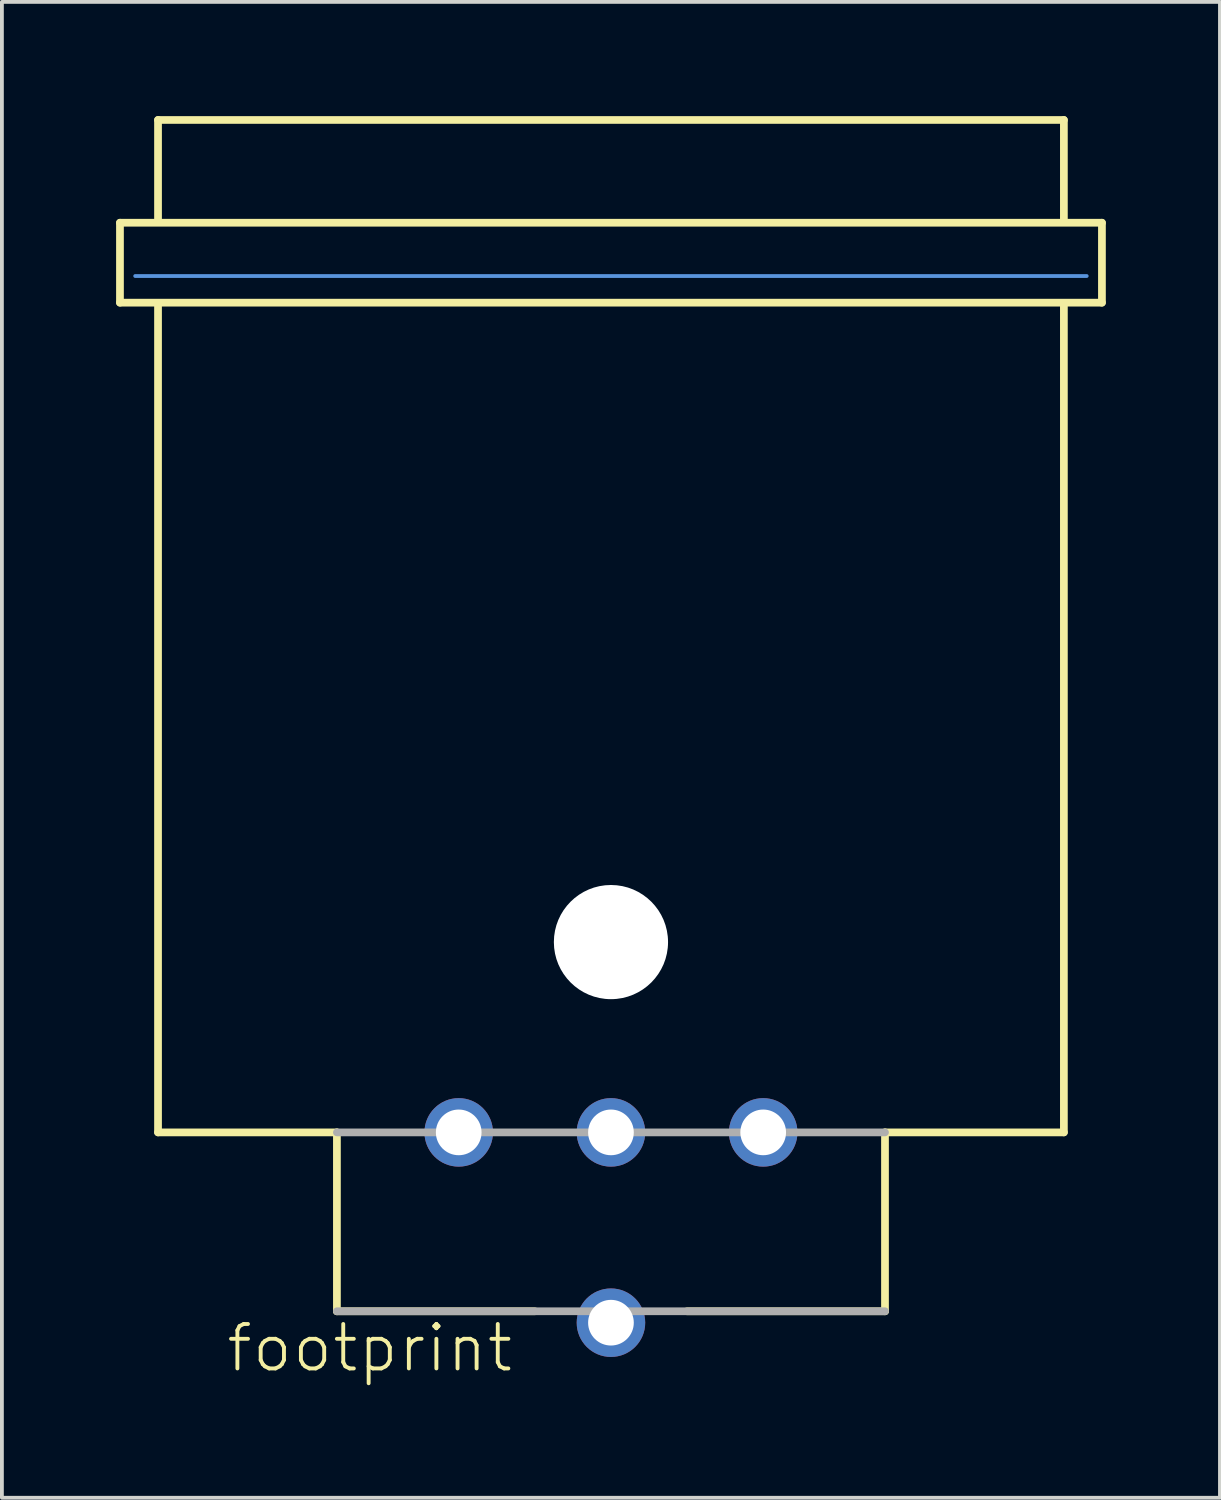
<source format=kicad_pcb>
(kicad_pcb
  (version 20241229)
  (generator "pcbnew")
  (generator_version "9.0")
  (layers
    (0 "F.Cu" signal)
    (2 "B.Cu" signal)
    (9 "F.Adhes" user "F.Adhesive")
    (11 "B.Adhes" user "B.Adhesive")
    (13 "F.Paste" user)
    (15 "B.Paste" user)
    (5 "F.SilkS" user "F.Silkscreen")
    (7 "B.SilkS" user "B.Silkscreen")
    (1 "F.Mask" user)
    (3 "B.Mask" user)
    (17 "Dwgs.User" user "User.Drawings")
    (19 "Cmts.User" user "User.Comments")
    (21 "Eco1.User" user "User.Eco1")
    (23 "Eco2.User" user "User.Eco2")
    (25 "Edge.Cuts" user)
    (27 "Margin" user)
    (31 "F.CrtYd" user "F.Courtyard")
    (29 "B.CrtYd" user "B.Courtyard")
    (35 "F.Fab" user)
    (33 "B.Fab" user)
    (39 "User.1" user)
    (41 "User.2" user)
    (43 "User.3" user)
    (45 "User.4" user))
  (footprint "footprint"
    (layer "F.Cu")
    (at 13.002 26.702)
    (property "Reference" "footprint" (at -10.16 6.35 0) (layer "F.SilkS") (effects (font (size 1.168 1.168) (thickness 0.102)) (justify left bottom)))
    (fp_line (start -12.9 -23.9) (end 12.9 -23.9) (stroke (width 0.203) (type solid)) (layer "F.SilkS"))
    (fp_line (start -12.9 -21.8) (end -12.9 -23.9) (stroke (width 0.203) (type solid)) (layer "F.SilkS"))
    (fp_line (start -11.9 -26.6) (end 11.9 -26.6) (stroke (width 0.203) (type solid)) (layer "F.SilkS"))
    (fp_line (start -11.9 -24) (end -11.9 -26.6) (stroke (width 0.203) (type solid)) (layer "F.SilkS"))
    (fp_line (start -11.9 0) (end -11.9 -21.7) (stroke (width 0.203) (type solid)) (layer "F.SilkS"))
    (fp_line (start -7.2 0) (end -11.9 0) (stroke (width 0.203) (type solid)) (layer "F.SilkS"))
    (fp_line (start -7.2 4.7) (end -7.2 0) (stroke (width 0.203) (type solid)) (layer "F.SilkS"))
    (fp_line (start -2 4.7) (end -7.2 4.7) (stroke (width 0.203) (type solid)) (layer "F.SilkS"))
    (fp_line (start 7.2 4.7) (end 2 4.7) (stroke (width 0.203) (type solid)) (layer "F.SilkS"))
    (fp_line (start 7.2 4.7) (end 7.2 0) (stroke (width 0.203) (type solid)) (layer "F.SilkS"))
    (fp_line (start 11.9 -26.6) (end 11.9 -24) (stroke (width 0.203) (type solid)) (layer "F.SilkS"))
    (fp_line (start 11.9 -21.7) (end 11.9 0) (stroke (width 0.203) (type solid)) (layer "F.SilkS"))
    (fp_line (start 11.9 0) (end 7.2 0) (stroke (width 0.203) (type solid)) (layer "F.SilkS"))
    (fp_line (start 12.9 -23.9) (end 12.9 -21.8) (stroke (width 0.203) (type solid)) (layer "F.SilkS"))
    (fp_line (start 12.9 -21.8) (end -12.9 -21.8) (stroke (width 0.203) (type solid)) (layer "F.SilkS"))
    (fp_line (start -12.5 -22.5) (end 12.5 -22.5) (stroke (width 0.1) (type solid)) (layer "Cmts.User"))
    (fp_line (start 7.2 0) (end -7.2 0) (stroke (width 0.203) (type solid)) (layer "F.Fab"))
    (fp_line (start 7.2 4.7) (end -7.2 4.7) (stroke (width 0.203) (type solid)) (layer "F.Fab"))
    (pad "" np_thru_hole circle (at 0 -5) (size 3 3) (drill 3) (layers "*.Cu" "*.Mask"))
    (pad "1" thru_hole circle (at 4 0) (size 1.8 1.8) (drill 1.2) (layers "*.Cu" "*.Mask"))
    (pad "2" thru_hole circle (at -4 0) (size 1.8 1.8) (drill 1.2) (layers "*.Cu" "*.Mask"))
    (pad "3" thru_hole circle (at 0 0) (size 1.8 1.8) (drill 1.2) (layers "*.Cu" "*.Mask"))
    (pad "G" thru_hole circle (at 0 5) (size 1.8 1.8) (drill 1.2) (layers "*.Cu" "*.Mask")))
  (gr_rect
    (start -3 -3)
    (end 29.003 36.302)
    (stroke (width 0.1) (type default))
    (fill no)
    (layer "Edge.Cuts")))
</source>
